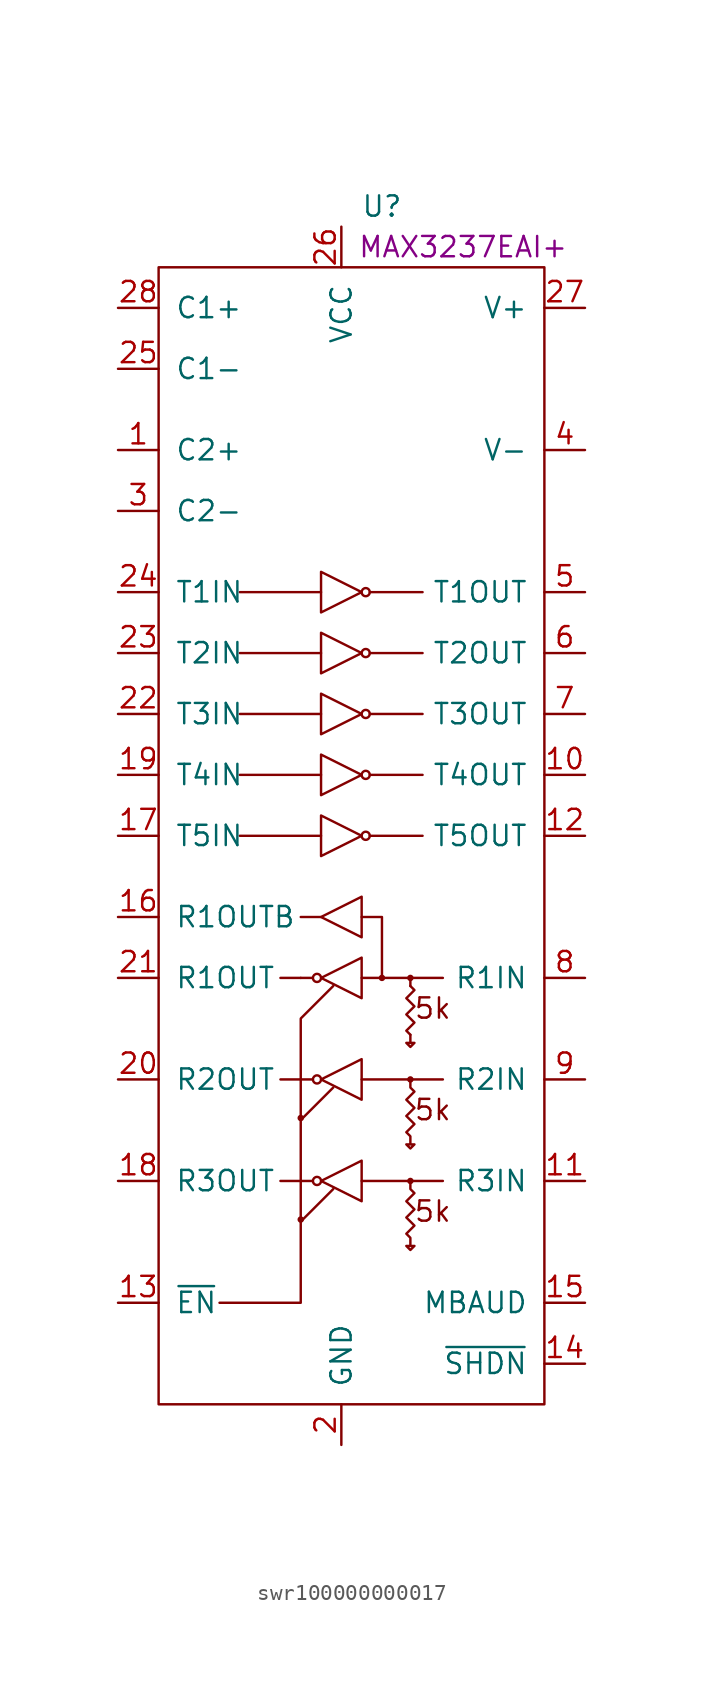
<source format=kicad_sym>
(kicad_symbol_lib
  (version 20211014)
  (generator kicad_symbol_editor)
  (symbol "swr100000000017"
    (pin_names
      (offset 1.016))
    (property "Reference" "U"
      (at 2.54 35.56 0)
      (effects (font (size 1.27 1.27))))
    (property "PartValue" "MAX3237EAI+"
      (at 7.62 33.02 0)
      (effects (font (size 1.27 1.27))))
    (symbol "swr100000000017_0_0"
      (circle (center -2.54 -27.813) (radius 0.127) (stroke (width 0) (type default) (color 0 0 0 0)) (fill (type none)))
      (circle (center -2.54 -21.463) (radius 0.127) (stroke (width 0) (type default) (color 0 0 0 0)) (fill (type none)))
      (polyline (pts (xy -2.54 -27.94) (xy -0.508 -25.908)) (stroke (width 0) (type default) (color 0 0 0 0)) (fill (type none)))
      (polyline (pts (xy -2.54 -21.59) (xy -0.508 -19.558)) (stroke (width 0) (type default) (color 0 0 0 0)) (fill (type none)))
      (polyline (pts (xy -1.778 -25.4) (xy -2.54 -25.4)) (stroke (width 0) (type default) (color 0 0 0 0)) (fill (type none)))
      (polyline (pts (xy -1.778 -19.05) (xy -2.54 -19.05)) (stroke (width 0) (type default) (color 0 0 0 0)) (fill (type none)))
      (polyline (pts (xy -1.778 -12.7) (xy -2.54 -12.7)) (stroke (width 0) (type default) (color 0 0 0 0)) (fill (type none)))
      (polyline (pts (xy -7.62 -33.02) (xy -2.54 -33.02) (xy -2.54 -15.24) (xy -0.508 -13.208)) (stroke (width 0) (type default) (color 0 0 0 0)) (fill (type none)))
      (polyline (pts (xy 4.318 -25.4) (xy 4.318 -25.908) (xy 4.572 -26.162) (xy 4.064 -26.67) (xy 4.572 -27.178) (xy 4.064 -27.686) (xy 4.572 -28.194) (xy 4.064 -28.702) (xy 4.318 -28.956) (xy 4.318 -29.464) (xy 4.064 -29.464) (xy 4.318 -29.718) (xy 4.572 -29.464) (xy 4.318 -29.464)) (stroke (width 0) (type default) (color 0 0 0 0)) (fill (type none)))
      (polyline (pts (xy 4.318 -19.05) (xy 4.318 -19.558) (xy 4.572 -19.812) (xy 4.064 -20.32) (xy 4.572 -20.828) (xy 4.064 -21.336) (xy 4.572 -21.844) (xy 4.064 -22.352) (xy 4.318 -22.606) (xy 4.318 -23.114) (xy 4.064 -23.114) (xy 4.318 -23.368) (xy 4.572 -23.114) (xy 4.318 -23.114)) (stroke (width 0) (type default) (color 0 0 0 0)) (fill (type none)))
      (circle (center 2.54 -12.7) (radius 0.127) (stroke (width 0) (type default) (color 0 0 0 0)) (fill (type none)))
      (circle (center 4.318 -25.4) (radius 0.127) (stroke (width 0) (type default) (color 0 0 0 0)) (fill (type none)))
      (circle (center 4.318 -19.05) (radius 0.127) (stroke (width 0) (type default) (color 0 0 0 0)) (fill (type none)))
      (circle (center 4.318 -12.7) (radius 0.127) (stroke (width 0) (type default) (color 0 0 0 0)) (fill (type none)))
      (rectangle (start 12.7 -39.37) (end -11.43 31.75) (stroke (width 0) (type default) (color 0 0 0 0)) (fill (type none)))
      (text "5k" (at 5.715 -27.305 0) (effects (font (size 1.27 1.27))))
      (text "5k" (at 5.715 -20.955 0) (effects (font (size 1.27 1.27))))
      (text "5k" (at 5.715 -14.605 0) (effects (font (size 1.27 1.27))))
      (pin bidirectional line (at -13.97 20.32 0) (length 2.54) (name "C2+" (effects (font (size 1.27 1.27)))) (number "1" (effects (font (size 1.27 1.27)))))
      (pin output line (at 15.24 0 180) (length 2.54) (name "T4OUT" (effects (font (size 1.27 1.27)))) (number "10" (effects (font (size 1.27 1.27)))))
      (pin input line (at 15.24 -25.4 180) (length 2.54) (name "R3IN" (effects (font (size 1.27 1.27)))) (number "11" (effects (font (size 1.27 1.27)))))
      (pin output line (at 15.24 -3.81 180) (length 2.54) (name "T5OUT" (effects (font (size 1.27 1.27)))) (number "12" (effects (font (size 1.27 1.27)))))
      (pin input line (at -13.97 -33.02 0) (length 2.54) (name "~{EN}" (effects (font (size 1.27 1.27)))) (number "13" (effects (font (size 1.27 1.27)))))
      (pin input line (at 15.24 -36.83 180) (length 2.54) (name "~{SHDN}" (effects (font (size 1.27 1.27)))) (number "14" (effects (font (size 1.27 1.27)))))
      (pin input line (at 15.24 -33.02 180) (length 2.54) (name "MBAUD" (effects (font (size 1.27 1.27)))) (number "15" (effects (font (size 1.27 1.27)))))
      (pin output line (at -13.97 -8.89 0) (length 2.54) (name "R1OUTB" (effects (font (size 1.27 1.27)))) (number "16" (effects (font (size 1.27 1.27)))))
      (pin input line (at -13.97 -3.81 0) (length 2.54) (name "T5IN" (effects (font (size 1.27 1.27)))) (number "17" (effects (font (size 1.27 1.27)))))
      (pin output line (at -13.97 -25.4 0) (length 2.54) (name "R3OUT" (effects (font (size 1.27 1.27)))) (number "18" (effects (font (size 1.27 1.27)))))
      (pin input line (at -13.97 0 0) (length 2.54) (name "T4IN" (effects (font (size 1.27 1.27)))) (number "19" (effects (font (size 1.27 1.27)))))
      (pin power_in line (at 0 -41.91 90) (length 2.54) (name "GND" (effects (font (size 1.27 1.27)))) (number "2" (effects (font (size 1.27 1.27)))))
      (pin output line (at -13.97 -19.05 0) (length 2.54) (name "R2OUT" (effects (font (size 1.27 1.27)))) (number "20" (effects (font (size 1.27 1.27)))))
      (pin output line (at -13.97 -12.7 0) (length 2.54) (name "R1OUT" (effects (font (size 1.27 1.27)))) (number "21" (effects (font (size 1.27 1.27)))))
      (pin input line (at -13.97 3.81 0) (length 2.54) (name "T3IN" (effects (font (size 1.27 1.27)))) (number "22" (effects (font (size 1.27 1.27)))))
      (pin input line (at -13.97 7.62 0) (length 2.54) (name "T2IN" (effects (font (size 1.27 1.27)))) (number "23" (effects (font (size 1.27 1.27)))))
      (pin input line (at -13.97 11.43 0) (length 2.54) (name "T1IN" (effects (font (size 1.27 1.27)))) (number "24" (effects (font (size 1.27 1.27)))))
      (pin bidirectional line (at -13.97 25.4 0) (length 2.54) (name "C1-" (effects (font (size 1.27 1.27)))) (number "25" (effects (font (size 1.27 1.27)))))
      (pin power_in line (at 0 34.29 270) (length 2.54) (name "VCC" (effects (font (size 1.27 1.27)))) (number "26" (effects (font (size 1.27 1.27)))))
      (pin bidirectional line (at 15.24 29.21 180) (length 2.54) (name "V+" (effects (font (size 1.27 1.27)))) (number "27" (effects (font (size 1.27 1.27)))))
      (pin bidirectional line (at -13.97 29.21 0) (length 2.54) (name "C1+" (effects (font (size 1.27 1.27)))) (number "28" (effects (font (size 1.27 1.27)))))
      (pin bidirectional line (at -13.97 16.51 0) (length 2.54) (name "C2-" (effects (font (size 1.27 1.27)))) (number "3" (effects (font (size 1.27 1.27)))))
      (pin bidirectional line (at 15.24 20.32 180) (length 2.54) (name "V-" (effects (font (size 1.27 1.27)))) (number "4" (effects (font (size 1.27 1.27)))))
      (pin output line (at 15.24 11.43 180) (length 2.54) (name "T1OUT" (effects (font (size 1.27 1.27)))) (number "5" (effects (font (size 1.27 1.27)))))
      (pin output line (at 15.24 7.62 180) (length 2.54) (name "T2OUT" (effects (font (size 1.27 1.27)))) (number "6" (effects (font (size 1.27 1.27)))))
      (pin output line (at 15.24 3.81 180) (length 2.54) (name "T3OUT" (effects (font (size 1.27 1.27)))) (number "7" (effects (font (size 1.27 1.27)))))
      (pin input line (at 15.24 -12.7 180) (length 2.54) (name "R1IN" (effects (font (size 1.27 1.27)))) (number "8" (effects (font (size 1.27 1.27)))))
      (pin input line (at 15.24 -19.05 180) (length 2.54) (name "R2IN" (effects (font (size 1.27 1.27)))) (number "9" (effects (font (size 1.27 1.27))))))
    (symbol "swr100000000017_0_1"
      (circle (center -1.524 -25.4) (radius 0.254) (stroke (width 0) (type default) (color 0 0 0 0)) (fill (type none)))
      (circle (center -1.524 -19.05) (radius 0.254) (stroke (width 0) (type default) (color 0 0 0 0)) (fill (type none)))
      (circle (center -1.524 -12.7) (radius 0.254) (stroke (width 0) (type default) (color 0 0 0 0)) (fill (type none)))
      (polyline (pts (xy -3.81 -25.4) (xy -2.54 -25.4)) (stroke (width 0) (type default) (color 0 0 0 0)) (fill (type none)))
      (polyline (pts (xy -3.81 -19.05) (xy -2.54 -19.05)) (stroke (width 0) (type default) (color 0 0 0 0)) (fill (type none)))
      (polyline (pts (xy -3.81 -12.7) (xy -2.54 -12.7)) (stroke (width 0) (type default) (color 0 0 0 0)) (fill (type none)))
      (polyline (pts (xy -2.54 -8.89) (xy -1.27 -8.89)) (stroke (width 0) (type default) (color 0 0 0 0)) (fill (type none)))
      (polyline (pts (xy -1.27 -3.81) (xy -6.35 -3.81)) (stroke (width 0) (type default) (color 0 0 0 0)) (fill (type none)))
      (polyline (pts (xy -1.27 0) (xy -6.35 0)) (stroke (width 0) (type default) (color 0 0 0 0)) (fill (type none)))
      (polyline (pts (xy -1.27 3.81) (xy -6.35 3.81)) (stroke (width 0) (type default) (color 0 0 0 0)) (fill (type none)))
      (polyline (pts (xy -1.27 7.62) (xy -6.35 7.62)) (stroke (width 0) (type default) (color 0 0 0 0)) (fill (type none)))
      (polyline (pts (xy -1.27 11.43) (xy -6.35 11.43)) (stroke (width 0) (type default) (color 0 0 0 0)) (fill (type none)))
      (polyline (pts (xy 1.27 -25.4) (xy 6.35 -25.4)) (stroke (width 0) (type default) (color 0 0 0 0)) (fill (type none)))
      (polyline (pts (xy 1.27 -19.05) (xy 6.35 -19.05)) (stroke (width 0) (type default) (color 0 0 0 0)) (fill (type none)))
      (polyline (pts (xy 1.27 -12.7) (xy 6.35 -12.7)) (stroke (width 0) (type default) (color 0 0 0 0)) (fill (type none)))
      (polyline (pts (xy 1.778 -3.81) (xy 5.08 -3.81)) (stroke (width 0) (type default) (color 0 0 0 0)) (fill (type none)))
      (polyline (pts (xy 1.778 0) (xy 5.08 0)) (stroke (width 0) (type default) (color 0 0 0 0)) (fill (type none)))
      (polyline (pts (xy 1.778 3.81) (xy 5.08 3.81)) (stroke (width 0) (type default) (color 0 0 0 0)) (fill (type none)))
      (polyline (pts (xy 1.778 7.62) (xy 5.08 7.62)) (stroke (width 0) (type default) (color 0 0 0 0)) (fill (type none)))
      (polyline (pts (xy 1.778 11.43) (xy 5.08 11.43)) (stroke (width 0) (type default) (color 0 0 0 0)) (fill (type none)))
      (polyline (pts (xy 4.318 -13.208) (xy 4.318 -12.7)) (stroke (width 0) (type default) (color 0 0 0 0)) (fill (type none)))
      (polyline (pts (xy 1.27 -8.89) (xy 2.54 -8.89) (xy 2.54 -12.7)) (stroke (width 0) (type default) (color 0 0 0 0)) (fill (type none)))
      (polyline (pts (xy -1.27 -2.54) (xy -1.27 -5.08) (xy 1.27 -3.81) (xy -1.27 -2.54)) (stroke (width 0) (type default) (color 0 0 0 0)) (fill (type none)))
      (polyline (pts (xy -1.27 1.27) (xy -1.27 -1.27) (xy 1.27 0) (xy -1.27 1.27)) (stroke (width 0) (type default) (color 0 0 0 0)) (fill (type none)))
      (polyline (pts (xy -1.27 5.08) (xy -1.27 2.54) (xy 1.27 3.81) (xy -1.27 5.08)) (stroke (width 0) (type default) (color 0 0 0 0)) (fill (type none)))
      (polyline (pts (xy -1.27 8.89) (xy -1.27 6.35) (xy 1.27 7.62) (xy -1.27 8.89)) (stroke (width 0) (type default) (color 0 0 0 0)) (fill (type none)))
      (polyline (pts (xy -1.27 12.7) (xy -1.27 10.16) (xy 1.27 11.43) (xy -1.27 12.7)) (stroke (width 0) (type default) (color 0 0 0 0)) (fill (type none)))
      (polyline (pts (xy 1.27 -24.13) (xy 1.27 -26.67) (xy -1.27 -25.4) (xy 1.27 -24.13)) (stroke (width 0) (type default) (color 0 0 0 0)) (fill (type none)))
      (polyline (pts (xy 1.27 -17.78) (xy 1.27 -20.32) (xy -1.27 -19.05) (xy 1.27 -17.78)) (stroke (width 0) (type default) (color 0 0 0 0)) (fill (type none)))
      (polyline (pts (xy 1.27 -11.43) (xy 1.27 -13.97) (xy -1.27 -12.7) (xy 1.27 -11.43)) (stroke (width 0) (type default) (color 0 0 0 0)) (fill (type none)))
      (polyline (pts (xy 1.27 -7.62) (xy 1.27 -10.16) (xy -1.27 -8.89) (xy 1.27 -7.62)) (stroke (width 0) (type default) (color 0 0 0 0)) (fill (type none)))
      (polyline (pts (xy 4.318 -16.256) (xy 4.318 -16.764) (xy 4.064 -16.764) (xy 4.318 -17.018) (xy 4.572 -16.764) (xy 4.318 -16.764)) (stroke (width 0) (type default) (color 0 0 0 0)) (fill (type none)))
      (polyline (pts (xy 4.318 -13.208) (xy 4.572 -13.462) (xy 4.064 -13.97) (xy 4.572 -14.478) (xy 4.064 -14.986) (xy 4.572 -15.494) (xy 4.064 -16.002) (xy 4.318 -16.256)) (stroke (width 0) (type default) (color 0 0 0 0)) (fill (type none)))
      (circle (center 1.524 -3.81) (radius 0.254) (stroke (width 0) (type default) (color 0 0 0 0)) (fill (type none)))
      (circle (center 1.524 0) (radius 0.254) (stroke (width 0) (type default) (color 0 0 0 0)) (fill (type none)))
      (circle (center 1.524 3.81) (radius 0.254) (stroke (width 0) (type default) (color 0 0 0 0)) (fill (type none)))
      (circle (center 1.524 7.62) (radius 0.254) (stroke (width 0) (type default) (color 0 0 0 0)) (fill (type none)))
      (circle (center 1.524 11.43) (radius 0.254) (stroke (width 0) (type default) (color 0 0 0 0)) (fill (type none))))))
</source>
